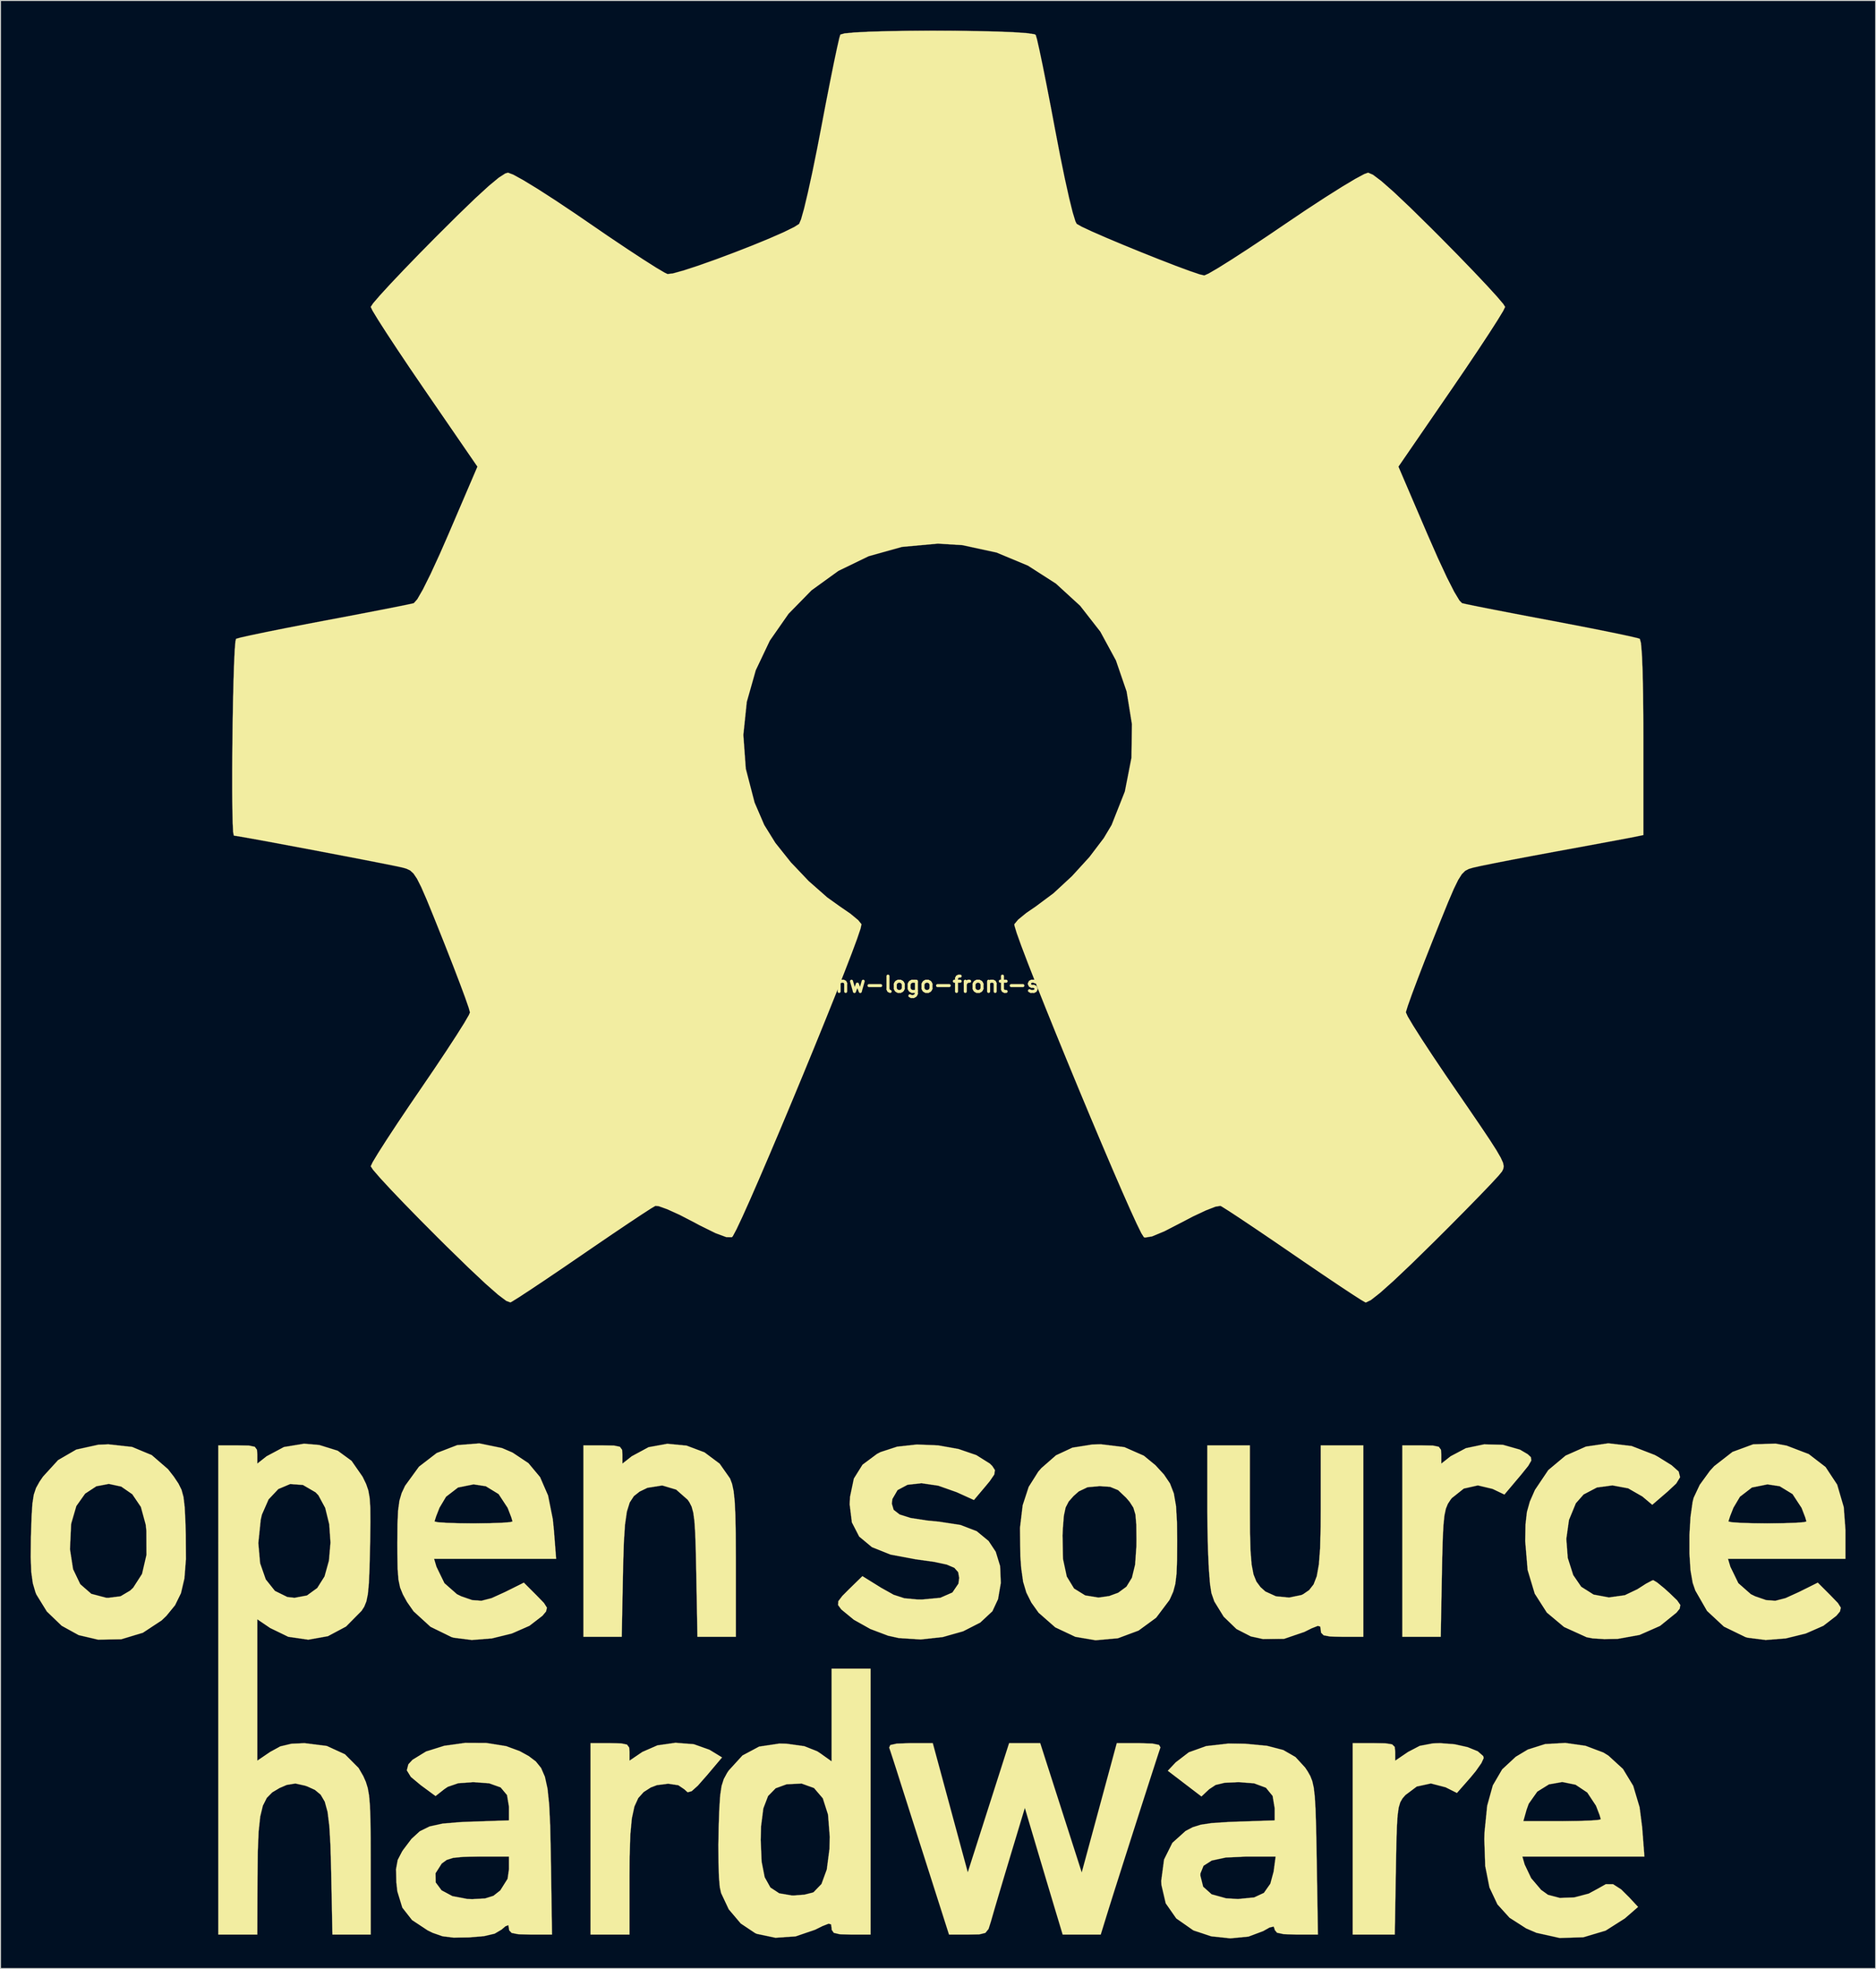
<source format=kicad_pcb>
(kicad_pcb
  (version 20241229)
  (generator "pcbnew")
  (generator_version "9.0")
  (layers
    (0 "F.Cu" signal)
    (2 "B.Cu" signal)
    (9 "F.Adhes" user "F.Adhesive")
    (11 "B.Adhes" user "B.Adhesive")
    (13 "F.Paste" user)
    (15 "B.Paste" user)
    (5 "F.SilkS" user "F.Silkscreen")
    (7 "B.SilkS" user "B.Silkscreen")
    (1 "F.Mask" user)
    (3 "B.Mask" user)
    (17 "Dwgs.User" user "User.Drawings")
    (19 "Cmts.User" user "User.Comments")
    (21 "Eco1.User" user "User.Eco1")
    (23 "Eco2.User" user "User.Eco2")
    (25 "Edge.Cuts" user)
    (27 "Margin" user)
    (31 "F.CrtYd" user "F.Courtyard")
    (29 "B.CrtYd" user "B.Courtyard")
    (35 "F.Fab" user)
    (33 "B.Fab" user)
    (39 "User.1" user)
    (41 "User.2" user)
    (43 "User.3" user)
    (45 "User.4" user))
  (footprint "oshw-logo-front-silk"
    (layer "F.Cu")
    (at 90.288 94.92)
    (property "Reference" "oshw-logo-front-silk" (at 0 0 0) (layer "F.SilkS") (effects (font (size 1.524 1.524) (thickness 0.3))))
    (attr through_hole)
    (fp_poly (pts (xy -24.295 75.601) (xy -22.739 76.153) (xy -22.649 76.206) (xy -21.486 76.916) (xy -22.969 78.674) (xy -23.895 79.726) (xy -24.507 80.274) (xy -24.907 80.384) (xy -25.198 80.122) (xy -25.207 80.108) (xy -25.835 79.681) (xy -26.845 79.53) (xy -27.964 79.672) (xy -28.577 79.905) (xy -29.287 80.361) (xy -29.822 80.96) (xy -30.206 81.8) (xy -30.461 82.98) (xy -30.611 84.596) (xy -30.679 86.747) (xy -30.692 88.712) (xy -30.692 94.544) (xy -34.572 94.544) (xy -34.572 75.494) (xy -32.632 75.494) (xy -31.52 75.518) (xy -30.942 75.639) (xy -30.723 75.936) (xy -30.692 76.366) (xy -30.692 77.237) (xy -29.408 76.366) (xy -27.913 75.714) (xy -26.114 75.457) (xy -24.295 75.601)) (stroke (width 0.01) (type solid)) (fill yes) (layer "F.SilkS"))
    (fp_poly (pts (xy 56.229 45.808) (xy 57.924 46.291) (xy 58.688 46.74) (xy 59.01 47.039) (xy 59.049 47.373) (xy 58.747 47.897) (xy 58.048 48.767) (xy 57.858 48.992) (xy 56.373 50.754) (xy 55.193 50.192) (xy 53.727 49.844) (xy 52.329 50.161) (xy 51.142 51.105) (xy 51.012 51.269) (xy 50.744 51.68) (xy 50.546 52.167) (xy 50.403 52.841) (xy 50.304 53.816) (xy 50.235 55.203) (xy 50.183 57.114) (xy 50.154 58.586) (xy 50.037 64.911) (xy 46.214 64.911) (xy 46.214 45.861) (xy 48.154 45.861) (xy 49.265 45.883) (xy 49.843 46.003) (xy 50.062 46.302) (xy 50.094 46.769) (xy 50.094 47.676) (xy 51.022 46.946) (xy 52.54 46.142) (xy 54.354 45.76) (xy 56.229 45.808)) (stroke (width 0.01) (type solid)) (fill yes) (layer "F.SilkS"))
    (fp_poly (pts (xy 44.565 75.513) (xy 45.198 75.616) (xy 45.458 75.87) (xy 45.508 76.344) (xy 45.508 76.366) (xy 45.508 77.237) (xy 46.792 76.366) (xy 47.946 75.764) (xy 49.256 75.517) (xy 49.979 75.494) (xy 51.408 75.604) (xy 52.713 75.894) (xy 53.722 76.306) (xy 54.264 76.781) (xy 54.313 76.976) (xy 54.085 77.477) (xy 53.515 78.287) (xy 52.973 78.943) (xy 51.648 80.45) (xy 50.515 79.885) (xy 49.051 79.504) (xy 47.651 79.81) (xy 46.523 80.656) (xy 46.227 80.998) (xy 46.008 81.378) (xy 45.852 81.902) (xy 45.745 82.68) (xy 45.674 83.821) (xy 45.624 85.431) (xy 45.582 87.621) (xy 45.575 88.046) (xy 45.465 94.544) (xy 41.275 94.544) (xy 41.275 75.494) (xy 43.392 75.494) (xy 44.565 75.513)) (stroke (width 0.01) (type solid)) (fill yes) (layer "F.SilkS"))
    (fp_poly (pts (xy -25.02 45.886) (xy -23.232 46.558) (xy -21.724 47.683) (xy -20.687 49.158) (xy -20.484 49.698) (xy -20.333 50.412) (xy -20.227 51.403) (xy -20.159 52.772) (xy -20.122 54.621) (xy -20.109 57.052) (xy -20.108 57.644) (xy -20.108 64.911) (xy -23.932 64.911) (xy -24.049 58.586) (xy -24.097 56.299) (xy -24.154 54.606) (xy -24.233 53.393) (xy -24.348 52.549) (xy -24.51 51.961) (xy -24.734 51.517) (xy -24.907 51.269) (xy -26.049 50.264) (xy -27.437 49.851) (xy -28.896 50.081) (xy -28.943 50.101) (xy -29.692 50.463) (xy -30.259 50.91) (xy -30.671 51.542) (xy -30.956 52.457) (xy -31.142 53.755) (xy -31.257 55.534) (xy -31.328 57.893) (xy -31.343 58.633) (xy -31.466 64.911) (xy -35.278 64.911) (xy -35.278 45.861) (xy -33.337 45.861) (xy -32.227 45.883) (xy -31.649 46.003) (xy -31.43 46.302) (xy -31.397 46.769) (xy -31.397 47.676) (xy -30.469 46.946) (xy -28.798 46.044) (xy -26.929 45.703) (xy -25.02 45.886)) (stroke (width 0.01) (type solid)) (fill yes) (layer "F.SilkS"))
    (fp_poly (pts (xy 31.044 52.058) (xy 31.057 54.509) (xy 31.108 56.363) (xy 31.218 57.727) (xy 31.406 58.71) (xy 31.692 59.419) (xy 32.097 59.963) (xy 32.585 60.405) (xy 33.633 60.881) (xy 34.948 61.006) (xy 36.172 60.755) (xy 36.356 60.667) (xy 36.942 60.263) (xy 37.384 59.699) (xy 37.701 58.879) (xy 37.911 57.709) (xy 38.034 56.091) (xy 38.09 53.932) (xy 38.1 52.052) (xy 38.1 45.861) (xy 42.333 45.861) (xy 42.333 64.911) (xy 40.217 64.911) (xy 39.028 64.883) (xy 38.386 64.764) (xy 38.132 64.507) (xy 38.1 64.254) (xy 38.052 63.896) (xy 37.804 63.825) (xy 37.202 64.059) (xy 36.453 64.43) (xy 34.441 65.115) (xy 32.354 65.136) (xy 31.135 64.87) (xy 29.712 64.138) (xy 28.438 62.909) (xy 27.504 61.391) (xy 27.216 60.562) (xy 27.076 59.638) (xy 26.959 58.143) (xy 26.872 56.213) (xy 26.821 53.981) (xy 26.811 52.408) (xy 26.811 45.861) (xy 31.044 45.861) (xy 31.044 52.058)) (stroke (width 0.01) (type solid)) (fill yes) (layer "F.SilkS"))
    (fp_poly (pts (xy 69.031 45.927) (xy 71.343 46.824) (xy 71.7 47.024) (xy 73.006 47.837) (xy 73.713 48.463) (xy 73.857 49.028) (xy 73.472 49.658) (xy 72.648 50.429) (xy 71.087 51.774) (xy 70.105 50.948) (xy 68.687 50.136) (xy 67.116 49.844) (xy 65.577 50.053) (xy 64.254 50.745) (xy 63.483 51.619) (xy 62.797 53.283) (xy 62.534 55.17) (xy 62.678 57.069) (xy 63.218 58.766) (xy 64.015 59.933) (xy 65.245 60.711) (xy 66.766 60.994) (xy 68.358 60.773) (xy 69.601 60.181) (xy 70.452 59.636) (xy 71.056 59.314) (xy 71.189 59.276) (xy 71.568 59.503) (xy 72.268 60.074) (xy 72.788 60.541) (xy 73.562 61.287) (xy 73.881 61.748) (xy 73.814 62.116) (xy 73.494 62.508) (xy 71.865 63.824) (xy 69.816 64.727) (xy 67.631 65.12) (xy 66.306 65.142) (xy 65.146 65.067) (xy 64.556 64.955) (xy 62.309 63.934) (xy 60.596 62.5) (xy 59.394 60.621) (xy 58.684 58.266) (xy 58.445 55.399) (xy 58.445 55.333) (xy 58.478 53.692) (xy 58.614 52.488) (xy 58.905 51.454) (xy 59.401 50.325) (xy 59.423 50.281) (xy 60.74 48.323) (xy 62.462 46.882) (xy 64.487 45.983) (xy 66.711 45.656) (xy 69.031 45.927)) (stroke (width 0.01) (type solid)) (fill yes) (layer "F.SilkS"))
    (fp_poly (pts (xy 2.97 88.358) (xy 7.084 75.494) (xy 10.177 75.494) (xy 12.244 81.933) (xy 14.311 88.371) (xy 16.056 81.933) (xy 17.8 75.494) (xy 20.05 75.494) (xy 21.332 75.535) (xy 22.001 75.669) (xy 22.144 75.916) (xy 22.137 75.935) (xy 21.971 76.429) (xy 21.629 77.477) (xy 21.148 78.964) (xy 20.565 80.773) (xy 19.919 82.786) (xy 19.246 84.887) (xy 18.584 86.959) (xy 17.971 88.885) (xy 17.443 90.547) (xy 17.039 91.83) (xy 16.881 92.34) (xy 16.199 94.544) (xy 12.416 94.544) (xy 11.699 92.163) (xy 11.291 90.802) (xy 10.761 89.03) (xy 10.189 87.112) (xy 9.816 85.856) (xy 8.649 81.931) (xy 7.146 86.915) (xy 6.58 88.802) (xy 6.056 90.557) (xy 5.625 92.017) (xy 5.335 93.019) (xy 5.278 93.222) (xy 5.037 93.983) (xy 4.721 94.376) (xy 4.121 94.523) (xy 3.027 94.544) (xy 1.105 94.544) (xy -1.231 87.224) (xy -1.957 84.95) (xy -2.646 82.792) (xy -3.255 80.881) (xy -3.745 79.346) (xy -4.072 78.317) (xy -4.128 78.14) (xy -4.479 77.049) (xy -4.758 76.206) (xy -4.852 75.935) (xy -4.738 75.681) (xy -4.105 75.541) (xy -2.864 75.495) (xy -2.764 75.494) (xy -0.514 75.494) (xy 2.97 88.358)) (stroke (width 0.01) (type solid)) (fill yes) (layer "F.SilkS"))
    (fp_poly (pts (xy 64.442 75.759) (xy 66.225 76.431) (xy 66.722 76.738) (xy 68.171 78.063) (xy 69.19 79.742) (xy 69.826 81.878) (xy 70.083 83.877) (xy 70.307 86.783) (xy 58.161 86.783) (xy 58.39 87.577) (xy 59.034 88.931) (xy 60.027 90.099) (xy 60.712 90.59) (xy 61.884 90.897) (xy 63.337 90.843) (xy 64.77 90.464) (xy 65.655 89.986) (xy 66.465 89.528) (xy 67.187 89.532) (xy 67.989 90.046) (xy 68.792 90.843) (xy 69.674 91.792) (xy 68.36 92.933) (xy 66.442 94.151) (xy 64.234 94.807) (xy 61.888 94.885) (xy 59.56 94.369) (xy 58.537 93.927) (xy 56.884 92.866) (xy 55.68 91.537) (xy 54.886 89.852) (xy 54.463 87.722) (xy 54.374 85.057) (xy 54.398 84.314) (xy 54.505 83.256) (xy 58.258 83.256) (xy 62.114 83.256) (xy 63.668 83.24) (xy 64.922 83.196) (xy 65.734 83.132) (xy 65.969 83.068) (xy 65.846 82.648) (xy 65.542 81.859) (xy 65.478 81.703) (xy 64.619 80.406) (xy 63.451 79.628) (xy 62.129 79.361) (xy 60.808 79.594) (xy 59.643 80.318) (xy 58.79 81.525) (xy 58.58 82.109) (xy 58.258 83.256) (xy 54.505 83.256) (xy 54.658 81.727) (xy 55.224 79.692) (xy 56.153 78.103) (xy 57.5 76.853) (xy 58.705 76.13) (xy 60.42 75.588) (xy 62.419 75.471) (xy 64.442 75.759)) (stroke (width 0.01) (type solid)) (fill yes) (layer "F.SilkS"))
    (fp_poly (pts (xy -80.19 46.02) (xy -78.238 46.832) (xy -76.62 48.231) (xy -76.039 48.977) (xy -75.583 49.66) (xy -75.274 50.281) (xy -75.077 51.001) (xy -74.96 51.985) (xy -74.888 53.394) (xy -74.847 54.755) (xy -74.836 57.204) (xy -74.984 59.097) (xy -75.331 60.571) (xy -75.916 61.767) (xy -76.778 62.823) (xy -77.254 63.278) (xy -79.12 64.507) (xy -81.275 65.155) (xy -83.575 65.196) (xy -85.505 64.746) (xy -87.198 63.813) (xy -88.676 62.392) (xy -89.72 60.698) (xy -89.808 60.482) (xy -90.07 59.587) (xy -90.224 58.469) (xy -90.283 56.972) (xy -90.273 56.194) (xy -86.377 56.194) (xy -86.067 58.183) (xy -85.352 59.677) (xy -84.253 60.637) (xy -82.788 61.024) (xy -82.55 61.031) (xy -81.339 60.879) (xy -80.392 60.318) (xy -80.084 60.03) (xy -79.2 58.654) (xy -78.76 56.755) (xy -78.771 54.362) (xy -78.837 53.749) (xy -79.317 51.987) (xy -80.172 50.724) (xy -81.278 49.96) (xy -82.512 49.695) (xy -83.749 49.93) (xy -84.867 50.663) (xy -85.741 51.896) (xy -86.247 53.628) (xy -86.263 53.749) (xy -86.377 56.194) (xy -90.273 56.194) (xy -90.259 54.941) (xy -90.253 54.755) (xy -90.194 52.941) (xy -90.113 51.669) (xy -89.977 50.777) (xy -89.752 50.102) (xy -89.404 49.48) (xy -89.061 48.977) (xy -87.556 47.328) (xy -85.749 46.281) (xy -83.564 45.8) (xy -82.55 45.757) (xy -80.19 46.02)) (stroke (width 0.01) (type solid)) (fill yes) (layer "F.SilkS"))
    (fp_poly (pts (xy -6.703 94.544) (xy -8.643 94.544) (xy -9.771 94.511) (xy -10.358 94.373) (xy -10.568 94.075) (xy -10.583 93.887) (xy -10.631 93.529) (xy -10.879 93.459) (xy -11.481 93.692) (xy -12.231 94.063) (xy -14.155 94.72) (xy -16.167 94.861) (xy -18.012 94.473) (xy -18.175 94.406) (xy -19.619 93.442) (xy -20.817 92.027) (xy -21.578 90.407) (xy -21.709 89.818) (xy -21.792 88.835) (xy -21.841 87.354) (xy -21.85 85.583) (xy -21.842 85.131) (xy -17.638 85.131) (xy -17.547 87.287) (xy -17.241 88.838) (xy -16.672 89.862) (xy -15.794 90.439) (xy -14.558 90.648) (xy -14.353 90.653) (xy -13.292 90.573) (xy -12.453 90.363) (xy -12.372 90.325) (xy -11.588 89.512) (xy -11.059 88.069) (xy -10.795 86.024) (xy -10.764 84.82) (xy -10.937 82.6) (xy -11.454 80.985) (xy -12.329 79.961) (xy -13.577 79.51) (xy -15.069 79.589) (xy -16.149 79.984) (xy -16.905 80.756) (xy -17.376 81.989) (xy -17.603 83.768) (xy -17.638 85.131) (xy -21.842 85.131) (xy -21.821 83.868) (xy -21.755 81.996) (xy -21.667 80.675) (xy -21.528 79.751) (xy -21.31 79.069) (xy -20.988 78.473) (xy -20.82 78.221) (xy -19.453 76.723) (xy -17.795 75.838) (xy -15.775 75.535) (xy -15.037 75.555) (xy -13.296 75.797) (xy -12.019 76.303) (xy -11.715 76.501) (xy -10.583 77.306) (xy -10.583 68.086) (xy -6.703 68.086) (xy -6.703 94.544)) (stroke (width 0.01) (type solid)) (fill yes) (layer "F.SilkS"))
    (fp_poly (pts (xy 18.554 46.038) (xy 20.493 46.893) (xy 21.64 47.833) (xy 22.494 48.764) (xy 23.091 49.65) (xy 23.477 50.646) (xy 23.695 51.908) (xy 23.791 53.592) (xy 23.81 55.386) (xy 23.797 57.297) (xy 23.742 58.664) (xy 23.624 59.647) (xy 23.42 60.409) (xy 23.109 61.109) (xy 23.022 61.275) (xy 21.715 63.011) (xy 19.967 64.289) (xy 17.914 65.054) (xy 15.692 65.255) (xy 13.675 64.913) (xy 11.677 63.971) (xy 10.02 62.516) (xy 9.3 61.509) (xy 8.799 60.508) (xy 8.479 59.435) (xy 8.286 58.05) (xy 8.201 56.865) (xy 8.176 54.827) (xy 12.401 54.827) (xy 12.446 57.168) (xy 12.82 58.914) (xy 13.546 60.108) (xy 14.65 60.792) (xy 15.981 61.007) (xy 17.041 60.856) (xy 17.941 60.528) (xy 18.761 59.923) (xy 19.308 59.032) (xy 19.623 57.731) (xy 19.749 55.899) (xy 19.756 55.199) (xy 19.738 53.714) (xy 19.653 52.734) (xy 19.449 52.056) (xy 19.077 51.479) (xy 18.726 51.07) (xy 17.935 50.319) (xy 17.132 49.988) (xy 16.088 49.918) (xy 14.886 50.027) (xy 14.014 50.443) (xy 13.502 50.896) (xy 13.012 51.45) (xy 12.707 52.041) (xy 12.532 52.864) (xy 12.433 54.115) (xy 12.401 54.827) (xy 8.176 54.827) (xy 8.167 54.073) (xy 8.436 51.82) (xy 9.034 49.992) (xy 9.988 48.478) (xy 10.293 48.127) (xy 11.754 46.849) (xy 13.383 46.09) (xy 15.37 45.773) (xy 16.228 45.753) (xy 18.554 46.038)) (stroke (width 0.01) (type solid)) (fill yes) (layer "F.SilkS"))
    (fp_poly (pts (xy 84.454 45.889) (xy 86.657 46.729) (xy 88.331 48.017) (xy 89.488 49.771) (xy 90.142 52.009) (xy 90.311 54.263) (xy 90.311 57.15) (xy 78.622 57.15) (xy 78.859 57.944) (xy 79.654 59.578) (xy 80.897 60.673) (xy 81.331 60.884) (xy 82.411 61.259) (xy 83.332 61.327) (xy 84.344 61.065) (xy 85.69 60.453) (xy 87.557 59.523) (xy 88.825 60.791) (xy 89.56 61.55) (xy 89.853 62.015) (xy 89.765 62.39) (xy 89.409 62.817) (xy 88.115 63.814) (xy 86.362 64.583) (xy 84.372 65.072) (xy 82.369 65.229) (xy 80.576 65.001) (xy 80.35 64.934) (xy 78.216 63.896) (xy 76.539 62.336) (xy 75.375 60.309) (xy 75.111 59.544) (xy 74.894 58.309) (xy 74.787 56.632) (xy 74.787 54.769) (xy 74.866 53.435) (xy 78.669 53.435) (xy 78.998 53.51) (xy 79.891 53.571) (xy 81.203 53.611) (xy 82.55 53.622) (xy 84.109 53.606) (xy 85.37 53.563) (xy 86.188 53.5) (xy 86.431 53.435) (xy 86.307 53.015) (xy 86.003 52.226) (xy 85.939 52.069) (xy 85.045 50.707) (xy 83.767 49.927) (xy 82.55 49.742) (xy 81.005 50.054) (xy 79.813 50.971) (xy 79.161 52.069) (xy 78.836 52.895) (xy 78.674 53.4) (xy 78.669 53.435) (xy 74.866 53.435) (xy 74.893 52.974) (xy 75.1 51.503) (xy 75.206 51.079) (xy 75.812 49.789) (xy 76.819 48.404) (xy 77.252 47.929) (xy 79.074 46.512) (xy 81.122 45.76) (xy 83.35 45.685) (xy 84.454 45.889)) (stroke (width 0.01) (type solid)) (fill yes) (layer "F.SilkS"))
    (fp_poly (pts (xy -43.38 46.131) (xy -42.333 46.58) (xy -40.754 47.631) (xy -39.593 49.022) (xy -38.8 50.848) (xy -38.326 53.201) (xy -38.212 54.346) (xy -37.995 57.15) (xy -50.142 57.15) (xy -49.905 57.944) (xy -49.11 59.578) (xy -47.866 60.673) (xy -47.433 60.884) (xy -46.353 61.259) (xy -45.432 61.327) (xy -44.42 61.065) (xy -43.074 60.453) (xy -41.207 59.523) (xy -39.939 60.791) (xy -39.204 61.55) (xy -38.91 62.015) (xy -38.999 62.39) (xy -39.355 62.817) (xy -40.648 63.814) (xy -42.402 64.583) (xy -44.392 65.072) (xy -46.395 65.229) (xy -48.188 65.001) (xy -48.414 64.934) (xy -50.497 63.914) (xy -52.181 62.375) (xy -52.832 61.441) (xy -53.244 60.694) (xy -53.52 60.01) (xy -53.685 59.22) (xy -53.768 58.157) (xy -53.796 56.65) (xy -53.799 55.562) (xy -53.783 53.68) (xy -53.771 53.435) (xy -50.094 53.435) (xy -49.765 53.51) (xy -48.873 53.571) (xy -47.56 53.611) (xy -46.214 53.622) (xy -44.655 53.606) (xy -43.394 53.563) (xy -42.576 53.5) (xy -42.333 53.435) (xy -42.457 53.015) (xy -42.761 52.226) (xy -42.825 52.069) (xy -43.719 50.707) (xy -44.997 49.927) (xy -46.214 49.742) (xy -47.758 50.054) (xy -48.951 50.971) (xy -49.603 52.069) (xy -49.928 52.895) (xy -50.09 53.4) (xy -50.094 53.435) (xy -53.771 53.435) (xy -53.72 52.337) (xy -53.588 51.367) (xy -53.365 50.606) (xy -53.027 49.887) (xy -53.026 49.885) (xy -51.643 47.983) (xy -49.878 46.623) (xy -47.841 45.839) (xy -45.639 45.664) (xy -43.38 46.131)) (stroke (width 0.01) (type solid)) (fill yes) (layer "F.SilkS"))
    (fp_poly (pts (xy 0.004 45.861) (xy 2.038 46.222) (xy 3.821 46.834) (xy 5.164 47.675) (xy 5.412 47.922) (xy 5.673 48.325) (xy 5.607 48.763) (xy 5.152 49.427) (xy 4.759 49.903) (xy 3.582 51.299) (xy 1.879 50.526) (xy 0.026 49.871) (xy -1.641 49.628) (xy -3.022 49.781) (xy -4.02 50.312) (xy -4.537 51.205) (xy -4.586 51.664) (xy -4.406 52.279) (xy -3.81 52.742) (xy -2.718 53.087) (xy -1.045 53.343) (xy 0.079 53.451) (xy 2.243 53.783) (xy 3.856 54.403) (xy 5.037 55.374) (xy 5.752 56.451) (xy 6.187 57.875) (xy 6.258 59.546) (xy 5.981 61.164) (xy 5.419 62.368) (xy 4.213 63.493) (xy 2.507 64.362) (xy 0.473 64.937) (xy -1.716 65.176) (xy -3.889 65.038) (xy -4.956 64.804) (xy -6.724 64.135) (xy -8.364 63.216) (xy -9.595 62.206) (xy -9.631 62.167) (xy -9.935 61.755) (xy -9.918 61.373) (xy -9.507 60.838) (xy -8.868 60.196) (xy -7.516 58.876) (xy -5.651 60.035) (xy -4.414 60.727) (xy -3.34 61.077) (xy -2.053 61.195) (xy -1.578 61.201) (xy 0.236 61.03) (xy 1.442 60.503) (xy 2.042 59.62) (xy 2.117 59.048) (xy 2.014 58.473) (xy 1.634 58.046) (xy 0.87 57.721) (xy -0.385 57.452) (xy -2.237 57.195) (xy -4.714 56.729) (xy -6.567 55.989) (xy -7.835 54.935) (xy -8.56 53.53) (xy -8.782 51.735) (xy -8.747 50.991) (xy -8.365 49.164) (xy -7.502 47.785) (xy -6.062 46.713) (xy -5.709 46.529) (xy -4.058 45.991) (xy -2.091 45.776) (xy 0.004 45.861)) (stroke (width 0.01) (type solid)) (fill yes) (layer "F.SilkS"))
    (fp_poly (pts (xy 30.593 75.555) (xy 32.753 75.76) (xy 34.368 76.18) (xy 35.583 76.88) (xy 36.54 77.923) (xy 36.801 78.317) (xy 37.059 78.772) (xy 37.254 79.272) (xy 37.399 79.921) (xy 37.503 80.821) (xy 37.577 82.078) (xy 37.632 83.795) (xy 37.678 86.076) (xy 37.694 87.048) (xy 37.817 94.544) (xy 35.666 94.544) (xy 34.422 94.504) (xy 33.75 94.362) (xy 33.519 94.087) (xy 33.514 94.02) (xy 33.407 93.741) (xy 32.991 93.843) (xy 32.367 94.196) (xy 30.9 94.745) (xy 29.092 94.918) (xy 27.198 94.716) (xy 25.471 94.144) (xy 25.389 94.103) (xy 23.72 92.937) (xy 22.671 91.435) (xy 22.238 89.591) (xy 22.225 89.166) (xy 22.293 88.655) (xy 26.111 88.655) (xy 26.393 89.781) (xy 27.236 90.536) (xy 28.663 90.933) (xy 29.859 91.006) (xy 31.478 90.844) (xy 32.439 90.396) (xy 33.081 89.484) (xy 33.406 88.279) (xy 33.607 86.783) (xy 30.64 86.783) (xy 28.633 86.877) (xy 27.25 87.173) (xy 26.431 87.696) (xy 26.118 88.471) (xy 26.111 88.655) (xy 22.293 88.655) (xy 22.503 87.078) (xy 23.33 85.417) (xy 24.644 84.235) (xy 25.357 83.86) (xy 26.169 83.608) (xy 27.254 83.447) (xy 28.788 83.345) (xy 29.722 83.308) (xy 33.514 83.178) (xy 33.514 81.982) (xy 33.307 80.746) (xy 32.643 79.932) (xy 31.456 79.491) (xy 29.921 79.375) (xy 28.539 79.435) (xy 27.635 79.652) (xy 26.99 80.079) (xy 26.981 80.087) (xy 26.223 80.799) (xy 24.55 79.521) (xy 22.877 78.243) (xy 23.662 77.407) (xy 24.972 76.403) (xy 26.693 75.787) (xy 28.905 75.535) (xy 30.593 75.555)) (stroke (width 0.01) (type solid)) (fill yes) (layer "F.SilkS"))
    (fp_poly (pts (xy -44.945 75.475) (xy -42.974 75.791) (xy -41.622 76.288) (xy -40.72 76.785) (xy -40.019 77.314) (xy -39.492 77.966) (xy -39.113 78.837) (xy -38.853 80.019) (xy -38.687 81.605) (xy -38.587 83.689) (xy -38.527 86.365) (xy -38.516 87.048) (xy -38.403 94.544) (xy -40.544 94.544) (xy -41.758 94.511) (xy -42.416 94.383) (xy -42.667 94.122) (xy -42.686 93.961) (xy -42.749 93.602) (xy -43.046 93.719) (xy -43.423 94.044) (xy -44.112 94.452) (xy -45.18 94.701) (xy -46.686 94.826) (xy -48.197 94.847) (xy -49.297 94.712) (xy -50.275 94.372) (xy -50.779 94.125) (xy -52.331 93.099) (xy -53.299 91.864) (xy -53.795 90.246) (xy -53.895 89.346) (xy -53.918 88.446) (xy -50 88.446) (xy -49.979 89.357) (xy -49.395 90.142) (xy -48.32 90.717) (xy -46.825 91.001) (xy -46.327 91.017) (xy -45.071 90.949) (xy -44.238 90.688) (xy -43.552 90.151) (xy -42.824 88.992) (xy -42.686 88.034) (xy -42.686 86.783) (xy -45.685 86.783) (xy -47.224 86.809) (xy -48.233 86.908) (xy -48.886 87.113) (xy -49.357 87.458) (xy -49.389 87.489) (xy -50 88.446) (xy -53.918 88.446) (xy -53.928 88.037) (xy -53.758 87.115) (xy -53.321 86.272) (xy -53.212 86.11) (xy -52.389 85.022) (xy -51.567 84.268) (xy -50.587 83.783) (xy -49.29 83.499) (xy -47.518 83.35) (xy -46.547 83.31) (xy -42.686 83.178) (xy -42.686 81.825) (xy -42.881 80.661) (xy -43.515 79.9) (xy -44.663 79.489) (xy -46.245 79.375) (xy -47.741 79.482) (xy -48.777 79.839) (xy -49.115 80.067) (xy -49.994 80.758) (xy -51.455 79.683) (xy -52.452 78.852) (xy -52.853 78.199) (xy -52.698 77.6) (xy -52.286 77.15) (xy -50.937 76.323) (xy -49.128 75.757) (xy -47.063 75.469) (xy -44.945 75.475)) (stroke (width 0.01) (type solid)) (fill yes) (layer "F.SilkS"))
    (fp_poly (pts (xy -61.571 45.824) (xy -59.732 46.396) (xy -58.354 47.402) (xy -57.264 48.971) (xy -57.219 49.057) (xy -56.905 49.706) (xy -56.688 50.335) (xy -56.554 51.082) (xy -56.487 52.085) (xy -56.475 53.484) (xy -56.502 55.415) (xy -56.513 55.978) (xy -56.564 58.075) (xy -56.631 59.592) (xy -56.73 60.654) (xy -56.879 61.388) (xy -57.093 61.918) (xy -57.359 62.328) (xy -58.9 63.886) (xy -60.706 64.849) (xy -62.662 65.198) (xy -64.651 64.911) (xy -66.463 64.03) (xy -67.733 63.168) (xy -67.733 77.237) (xy -66.449 76.366) (xy -65.449 75.819) (xy -64.349 75.555) (xy -63.041 75.494) (xy -60.817 75.774) (xy -59.013 76.602) (xy -57.656 77.964) (xy -57.184 78.776) (xy -56.93 79.353) (xy -56.742 79.962) (xy -56.609 80.716) (xy -56.523 81.726) (xy -56.473 83.105) (xy -56.45 84.965) (xy -56.444 87.419) (xy -56.444 94.544) (xy -60.256 94.544) (xy -60.381 88.283) (xy -60.45 85.723) (xy -60.56 83.773) (xy -60.739 82.336) (xy -61.019 81.316) (xy -61.428 80.619) (xy -61.996 80.147) (xy -62.751 79.804) (xy -63.002 79.718) (xy -63.951 79.508) (xy -64.806 79.65) (xy -65.531 79.964) (xy -66.247 80.391) (xy -66.789 80.941) (xy -67.179 81.714) (xy -67.443 82.806) (xy -67.604 84.315) (xy -67.686 86.34) (xy -67.713 88.812) (xy -67.733 94.544) (xy -71.614 94.544) (xy -71.614 55.587) (xy -67.632 55.587) (xy -67.454 57.589) (xy -66.892 59.201) (xy -65.978 60.347) (xy -64.744 60.953) (xy -64.029 61.031) (xy -62.787 60.798) (xy -61.768 60.058) (xy -61.041 58.907) (xy -60.602 57.331) (xy -60.447 55.532) (xy -60.573 53.714) (xy -60.976 52.078) (xy -61.653 50.825) (xy -61.931 50.535) (xy -63.192 49.801) (xy -64.464 49.709) (xy -65.64 50.206) (xy -66.612 51.238) (xy -67.275 52.752) (xy -67.393 53.269) (xy -67.632 55.587) (xy -71.614 55.587) (xy -71.614 45.861) (xy -69.674 45.861) (xy -68.563 45.883) (xy -67.985 46.003) (xy -67.766 46.302) (xy -67.733 46.769) (xy -67.733 47.676) (xy -66.805 46.946) (xy -65.083 46.027) (xy -63.07 45.694) (xy -61.571 45.824)) (stroke (width 0.01) (type solid)) (fill yes) (layer "F.SilkS"))
    (fp_poly (pts (xy 1.685 -94.907) (xy 3.882 -94.878) (xy 5.884 -94.83) (xy 7.578 -94.761) (xy 8.851 -94.673) (xy 9.591 -94.565) (xy 9.729 -94.5) (xy 9.858 -94.057) (xy 10.093 -93.017) (xy 10.416 -91.477) (xy 10.805 -89.533) (xy 11.241 -87.282) (xy 11.65 -85.116) (xy 12.151 -82.507) (xy 12.624 -80.201) (xy 13.049 -78.283) (xy 13.408 -76.835) (xy 13.68 -75.942) (xy 13.806 -75.694) (xy 14.297 -75.412) (xy 15.313 -74.937) (xy 16.722 -74.321) (xy 18.392 -73.618) (xy 20.191 -72.882) (xy 21.988 -72.165) (xy 23.652 -71.52) (xy 25.051 -71.002) (xy 26.052 -70.663) (xy 26.506 -70.556) (xy 26.94 -70.748) (xy 27.87 -71.29) (xy 29.21 -72.128) (xy 30.877 -73.208) (xy 32.787 -74.477) (xy 34.548 -75.671) (xy 36.611 -77.062) (xy 38.518 -78.309) (xy 40.181 -79.358) (xy 41.513 -80.156) (xy 42.428 -80.648) (xy 42.81 -80.786) (xy 43.285 -80.582) (xy 44.119 -79.955) (xy 45.339 -78.883) (xy 46.97 -77.341) (xy 49.038 -75.308) (xy 50.019 -74.326) (xy 51.754 -72.565) (xy 53.312 -70.953) (xy 54.626 -69.561) (xy 55.63 -68.461) (xy 56.257 -67.723) (xy 56.444 -67.43) (xy 56.252 -67.033) (xy 55.709 -66.138) (xy 54.868 -64.825) (xy 53.782 -63.175) (xy 52.503 -61.27) (xy 51.135 -59.263) (xy 45.825 -51.533) (xy 48.699 -44.829) (xy 49.743 -42.454) (xy 50.643 -40.52) (xy 51.371 -39.086) (xy 51.898 -38.209) (xy 52.157 -37.945) (xy 52.657 -37.832) (xy 53.746 -37.609) (xy 55.323 -37.298) (xy 57.282 -36.919) (xy 59.522 -36.492) (xy 61.117 -36.191) (xy 63.469 -35.742) (xy 65.596 -35.326) (xy 67.397 -34.961) (xy 68.772 -34.668) (xy 69.622 -34.469) (xy 69.848 -34.397) (xy 69.961 -33.975) (xy 70.055 -32.886) (xy 70.127 -31.169) (xy 70.175 -28.864) (xy 70.2 -26.008) (xy 70.203 -24.525) (xy 70.203 -14.873) (xy 69.233 -14.674) (xy 68.592 -14.55) (xy 67.382 -14.323) (xy 65.728 -14.015) (xy 63.755 -13.651) (xy 61.587 -13.252) (xy 61.383 -13.215) (xy 59.179 -12.806) (xy 57.135 -12.418) (xy 55.382 -12.076) (xy 54.052 -11.806) (xy 53.277 -11.633) (xy 53.248 -11.626) (xy 52.822 -11.5) (xy 52.466 -11.313) (xy 52.132 -10.978) (xy 51.772 -10.408) (xy 51.336 -9.516) (xy 50.777 -8.214) (xy 50.046 -6.416) (xy 49.279 -4.499) (xy 48.464 -2.433) (xy 47.747 -0.573) (xy 47.167 0.976) (xy 46.763 2.108) (xy 46.575 2.718) (xy 46.567 2.778) (xy 46.759 3.196) (xy 47.299 4.103) (xy 48.128 5.411) (xy 49.191 7.031) (xy 50.43 8.874) (xy 51.127 9.894) (xy 52.74 12.243) (xy 53.994 14.081) (xy 54.93 15.479) (xy 55.588 16.508) (xy 56.009 17.239) (xy 56.235 17.741) (xy 56.304 18.087) (xy 56.259 18.347) (xy 56.14 18.592) (xy 56.13 18.609) (xy 55.794 19.019) (xy 55.027 19.85) (xy 53.9 21.026) (xy 52.485 22.473) (xy 50.855 24.118) (xy 49.435 25.534) (xy 47.167 27.758) (xy 45.361 29.47) (xy 44.003 30.681) (xy 43.084 31.402) (xy 42.59 31.643) (xy 42.544 31.636) (xy 42.11 31.383) (xy 41.185 30.789) (xy 39.859 29.912) (xy 38.223 28.811) (xy 36.364 27.547) (xy 35.308 26.823) (xy 33.37 25.497) (xy 31.609 24.304) (xy 30.114 23.302) (xy 28.973 22.552) (xy 28.274 22.113) (xy 28.113 22.026) (xy 27.616 22.108) (xy 26.658 22.48) (xy 25.389 23.076) (xy 24.305 23.643) (xy 22.534 24.556) (xy 21.31 25.066) (xy 20.606 25.182) (xy 20.495 25.143) (xy 20.248 24.753) (xy 19.774 23.79) (xy 19.106 22.33) (xy 18.277 20.454) (xy 17.319 18.239) (xy 16.265 15.766) (xy 15.147 13.113) (xy 13.998 10.358) (xy 12.852 7.582) (xy 11.739 4.861) (xy 10.694 2.276) (xy 9.749 -0.095) (xy 8.936 -2.172) (xy 8.288 -3.878) (xy 7.837 -5.133) (xy 7.618 -5.858) (xy 7.604 -5.997) (xy 7.981 -6.45) (xy 8.785 -7.11) (xy 9.735 -7.761) (xy 11.505 -9.08) (xy 13.345 -10.784) (xy 15.073 -12.678) (xy 16.507 -14.567) (xy 17.286 -15.874) (xy 18.603 -19.203) (xy 19.263 -22.571) (xy 19.308 -25.913) (xy 18.779 -29.162) (xy 17.717 -32.252) (xy 16.162 -35.116) (xy 14.156 -37.688) (xy 11.739 -39.901) (xy 8.953 -41.688) (xy 5.839 -42.985) (xy 2.438 -43.723) (xy 0 -43.872) (xy -3.577 -43.548) (xy -6.893 -42.622) (xy -9.908 -41.16) (xy -12.58 -39.228) (xy -14.868 -36.892) (xy -16.732 -34.219) (xy -18.13 -31.274) (xy -19.022 -28.125) (xy -19.366 -24.838) (xy -19.122 -21.478) (xy -18.249 -18.112) (xy -17.287 -15.878) (xy -16.18 -14.093) (xy -14.642 -12.163) (xy -12.858 -10.286) (xy -11.012 -8.662) (xy -9.752 -7.761) (xy -8.712 -7.047) (xy -7.935 -6.401) (xy -7.607 -5.997) (xy -7.699 -5.566) (xy -8.038 -4.566) (xy -8.591 -3.075) (xy -9.326 -1.174) (xy -10.209 1.061) (xy -11.208 3.548) (xy -12.29 6.211) (xy -13.423 8.969) (xy -14.575 11.745) (xy -15.712 14.459) (xy -16.802 17.031) (xy -17.812 19.385) (xy -18.709 21.44) (xy -19.462 23.117) (xy -20.037 24.339) (xy -20.402 25.025) (xy -20.495 25.143) (xy -21.05 25.141) (xy -22.119 24.748) (xy -23.727 23.954) (xy -24.305 23.643) (xy -25.71 22.918) (xy -26.919 22.369) (xy -27.781 22.06) (xy -28.113 22.026) (xy -28.535 22.273) (xy -29.449 22.863) (xy -30.764 23.736) (xy -32.393 24.833) (xy -34.246 26.095) (xy -35.308 26.823) (xy -37.248 28.15) (xy -39.015 29.346) (xy -40.519 30.35) (xy -41.67 31.104) (xy -42.379 31.547) (xy -42.545 31.636) (xy -42.954 31.484) (xy -43.779 30.862) (xy -45.035 29.758) (xy -46.734 28.161) (xy -48.89 26.059) (xy -49.763 25.193) (xy -51.538 23.41) (xy -53.137 21.773) (xy -54.492 20.353) (xy -55.539 19.218) (xy -56.211 18.439) (xy -56.444 18.088) (xy -56.252 17.681) (xy -55.71 16.78) (xy -54.874 15.469) (xy -53.799 13.833) (xy -52.538 11.956) (xy -51.506 10.444) (xy -50.142 8.441) (xy -48.922 6.614) (xy -47.901 5.048) (xy -47.134 3.827) (xy -46.676 3.038) (xy -46.567 2.779) (xy -46.693 2.319) (xy -47.044 1.311) (xy -47.583 -0.141) (xy -48.269 -1.931) (xy -49.063 -3.954) (xy -49.279 -4.499) (xy -50.189 -6.772) (xy -50.887 -8.477) (xy -51.421 -9.7) (xy -51.84 -10.53) (xy -52.192 -11.052) (xy -52.526 -11.355) (xy -52.891 -11.526) (xy -53.248 -11.628) (xy -53.837 -11.759) (xy -54.97 -11.989) (xy -56.528 -12.295) (xy -58.391 -12.656) (xy -60.44 -13.049) (xy -62.556 -13.451) (xy -64.621 -13.839) (xy -66.514 -14.192) (xy -68.118 -14.486) (xy -69.312 -14.698) (xy -69.978 -14.807) (xy -70.068 -14.817) (xy -70.135 -15.151) (xy -70.183 -16.082) (xy -70.214 -17.499) (xy -70.229 -19.293) (xy -70.229 -21.356) (xy -70.215 -23.577) (xy -70.189 -25.848) (xy -70.151 -28.06) (xy -70.103 -30.102) (xy -70.046 -31.866) (xy -69.982 -33.243) (xy -69.911 -34.122) (xy -69.848 -34.397) (xy -69.415 -34.521) (xy -68.387 -34.752) (xy -66.866 -35.07) (xy -64.95 -35.454) (xy -62.741 -35.883) (xy -61.117 -36.191) (xy -58.748 -36.639) (xy -56.591 -37.052) (xy -54.748 -37.411) (xy -53.323 -37.694) (xy -52.419 -37.883) (xy -52.157 -37.945) (xy -51.812 -38.335) (xy -51.243 -39.326) (xy -50.479 -40.863) (xy -49.548 -42.887) (xy -48.699 -44.829) (xy -45.825 -51.533) (xy -51.135 -59.263) (xy -52.55 -61.339) (xy -53.823 -63.238) (xy -54.901 -64.877) (xy -55.733 -66.177) (xy -56.265 -67.056) (xy -56.444 -67.43) (xy -56.205 -67.789) (xy -55.53 -68.573) (xy -54.487 -69.711) (xy -53.141 -71.132) (xy -51.559 -72.766) (xy -50.019 -74.326) (xy -47.816 -76.519) (xy -46.053 -78.222) (xy -44.695 -79.466) (xy -43.707 -80.285) (xy -43.054 -80.708) (xy -42.785 -80.786) (xy -42.261 -80.588) (xy -41.243 -80.027) (xy -39.809 -79.152) (xy -38.039 -78.011) (xy -36.01 -76.654) (xy -34.835 -75.849) (xy -32.819 -74.467) (xy -30.958 -73.218) (xy -29.343 -72.158) (xy -28.062 -71.345) (xy -27.207 -70.839) (xy -26.907 -70.697) (xy -26.363 -70.762) (xy -25.301 -71.057) (xy -23.851 -71.532) (xy -22.143 -72.137) (xy -20.309 -72.822) (xy -18.476 -73.538) (xy -16.777 -74.236) (xy -15.341 -74.866) (xy -14.298 -75.378) (xy -13.813 -75.687) (xy -13.618 -76.144) (xy -13.32 -77.206) (xy -12.943 -78.781) (xy -12.506 -80.78) (xy -12.03 -83.111) (xy -11.639 -85.138) (xy -11.173 -87.582) (xy -10.738 -89.803) (xy -10.354 -91.705) (xy -10.04 -93.192) (xy -9.818 -94.168) (xy -9.711 -94.529) (xy -9.298 -94.646) (xy -8.293 -94.742) (xy -6.807 -94.816) (xy -4.954 -94.87) (xy -2.846 -94.903) (xy -0.596 -94.915) (xy 1.685 -94.907)) (stroke (width 0.01) (type solid)) (fill yes) (layer "F.SilkS")))
  (gr_rect
    (start -3 -3)
    (end 183.604 192.843)
    (stroke (width 0.1) (type default))
    (fill no)
    (layer "Edge.Cuts")))
</source>
